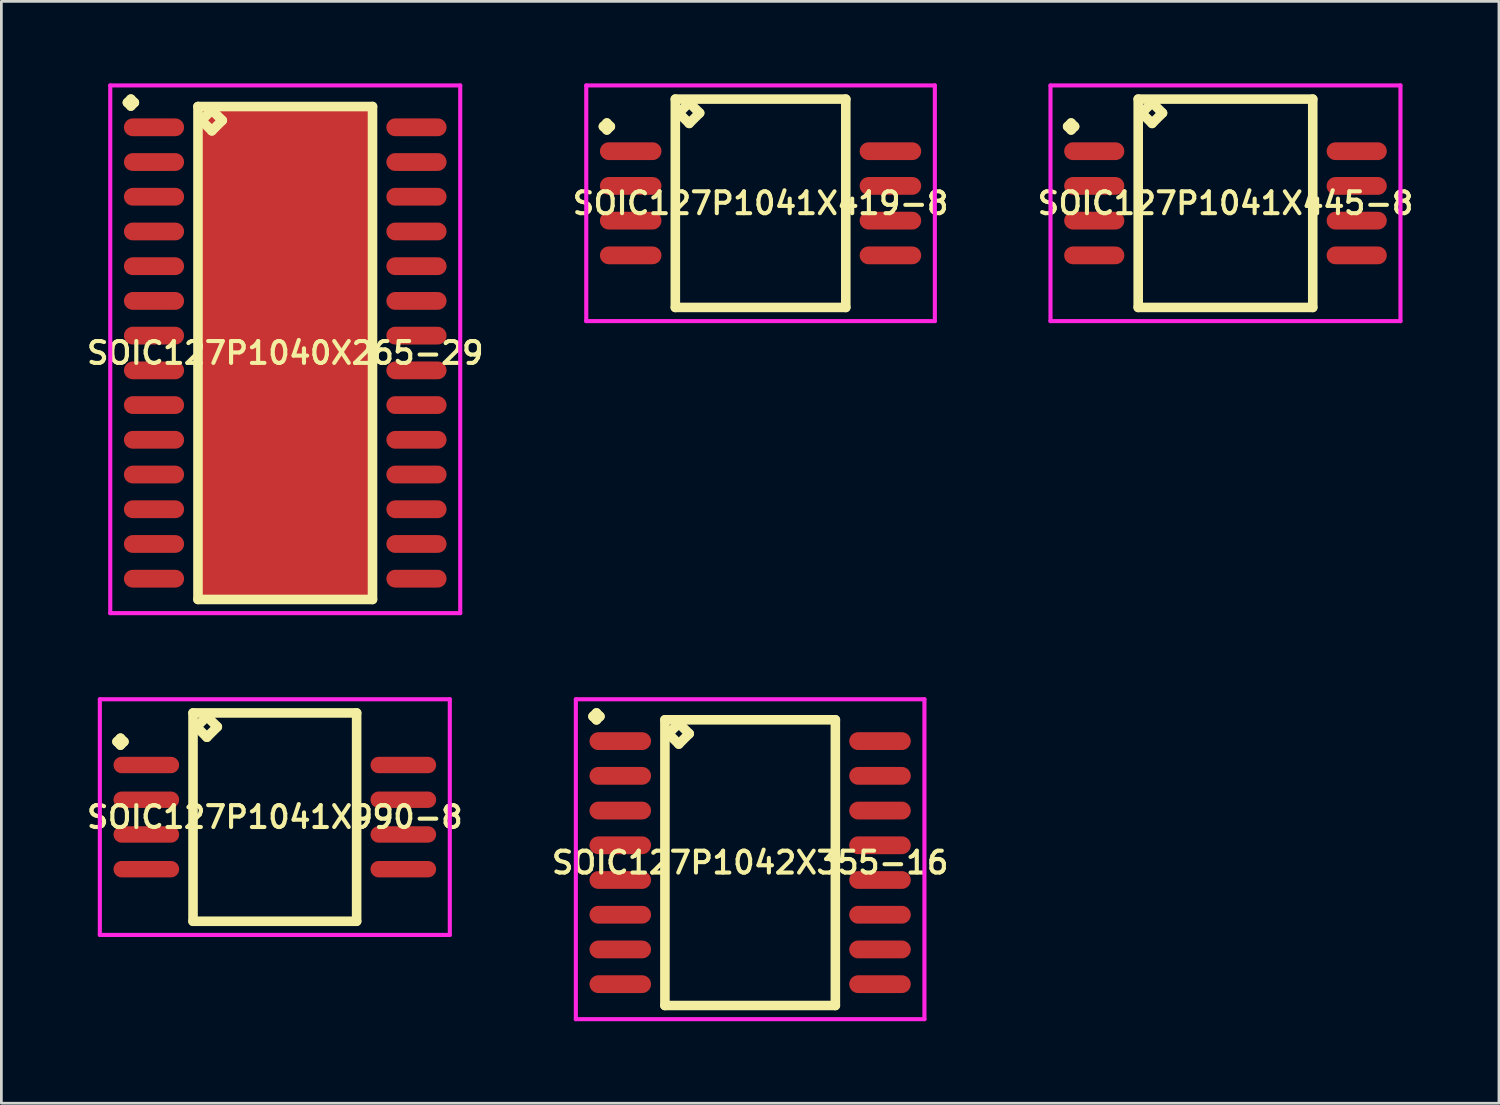
<source format=kicad_pcb>
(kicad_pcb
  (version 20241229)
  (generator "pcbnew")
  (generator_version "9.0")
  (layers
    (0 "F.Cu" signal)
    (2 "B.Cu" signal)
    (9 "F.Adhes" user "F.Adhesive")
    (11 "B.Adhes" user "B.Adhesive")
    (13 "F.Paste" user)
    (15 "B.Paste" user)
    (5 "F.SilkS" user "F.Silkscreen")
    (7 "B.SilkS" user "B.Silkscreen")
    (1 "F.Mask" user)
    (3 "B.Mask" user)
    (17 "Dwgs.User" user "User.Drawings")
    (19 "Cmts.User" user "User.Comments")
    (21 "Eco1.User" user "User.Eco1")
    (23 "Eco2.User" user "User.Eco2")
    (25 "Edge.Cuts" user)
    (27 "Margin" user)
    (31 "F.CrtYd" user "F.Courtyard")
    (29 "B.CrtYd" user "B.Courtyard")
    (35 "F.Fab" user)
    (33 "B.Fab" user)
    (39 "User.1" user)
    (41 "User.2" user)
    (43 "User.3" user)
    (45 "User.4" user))
  (footprint "SOIC127P1040X265-29"
    (layer "F.Cu")
    (at 7.383 9.861)
    (property "Reference" "SOIC127P1040X265-29" (at 0 0 0) (layer "F.SilkS") (effects (font (size 0.8 0.8) (thickness 0.15))))
    (attr through_hole)
    (fp_line (start -5.773 -9.159) (end -5.646 -9.286) (stroke (width 0.35) (type solid)) (layer "F.SilkS"))
    (fp_line (start -5.646 -9.286) (end -5.519 -9.159) (stroke (width 0.35) (type solid)) (layer "F.SilkS"))
    (fp_line (start -5.646 -9.032) (end -5.773 -9.159) (stroke (width 0.35) (type solid)) (layer "F.SilkS"))
    (fp_line (start -5.519 -9.159) (end -5.646 -9.032) (stroke (width 0.35) (type solid)) (layer "F.SilkS"))
    (fp_line (start -3.192 -9.015) (end -3.192 9.015) (stroke (width 0.35) (type solid)) (layer "F.SilkS"))
    (fp_line (start -3.192 9.015) (end 3.192 9.015) (stroke (width 0.35) (type solid)) (layer "F.SilkS"))
    (fp_line (start -3.065 -8.507) (end -2.684 -8.888) (stroke (width 0.35) (type solid)) (layer "F.SilkS"))
    (fp_line (start -2.684 -8.888) (end -2.303 -8.507) (stroke (width 0.35) (type solid)) (layer "F.SilkS"))
    (fp_line (start -2.684 -8.126) (end -3.065 -8.507) (stroke (width 0.35) (type solid)) (layer "F.SilkS"))
    (fp_line (start -2.303 -8.507) (end -2.684 -8.126) (stroke (width 0.35) (type solid)) (layer "F.SilkS"))
    (fp_line (start 3.192 -9.015) (end -3.192 -9.015) (stroke (width 0.35) (type solid)) (layer "F.SilkS"))
    (fp_line (start 3.192 9.015) (end 3.192 -9.015) (stroke (width 0.35) (type solid)) (layer "F.SilkS"))
    (fp_line (start -6.4 -9.786) (end 6.4 -9.786) (stroke (width 0.15) (type solid)) (layer "F.CrtYd"))
    (fp_line (start -6.4 9.515) (end -6.4 -9.786) (stroke (width 0.15) (type solid)) (layer "F.CrtYd"))
    (fp_line (start 6.4 -9.786) (end 6.4 9.515) (stroke (width 0.15) (type solid)) (layer "F.CrtYd"))
    (fp_line (start 6.4 9.515) (end -6.4 9.515) (stroke (width 0.15) (type solid)) (layer "F.CrtYd"))
    (pad "1" smd oval (at -4.8 -8.255) (size 2.2 0.65) (layers "F.Cu" "F.Mask" "F.Paste"))
    (pad "2" smd oval (at -4.8 -6.985) (size 2.2 0.65) (layers "F.Cu" "F.Mask" "F.Paste"))
    (pad "3" smd oval (at -4.8 -5.715) (size 2.2 0.65) (layers "F.Cu" "F.Mask" "F.Paste"))
    (pad "4" smd oval (at -4.8 -4.445) (size 2.2 0.65) (layers "F.Cu" "F.Mask" "F.Paste"))
    (pad "5" smd oval (at -4.8 -3.175) (size 2.2 0.65) (layers "F.Cu" "F.Mask" "F.Paste"))
    (pad "6" smd oval (at -4.8 -1.905) (size 2.2 0.65) (layers "F.Cu" "F.Mask" "F.Paste"))
    (pad "7" smd oval (at -4.8 -0.635) (size 2.2 0.65) (layers "F.Cu" "F.Mask" "F.Paste"))
    (pad "8" smd oval (at -4.8 0.635) (size 2.2 0.65) (layers "F.Cu" "F.Mask" "F.Paste"))
    (pad "9" smd oval (at -4.8 1.905) (size 2.2 0.65) (layers "F.Cu" "F.Mask" "F.Paste"))
    (pad "10" smd oval (at -4.8 3.175) (size 2.2 0.65) (layers "F.Cu" "F.Mask" "F.Paste"))
    (pad "11" smd oval (at -4.8 4.445) (size 2.2 0.65) (layers "F.Cu" "F.Mask" "F.Paste"))
    (pad "12" smd oval (at -4.8 5.715) (size 2.2 0.65) (layers "F.Cu" "F.Mask" "F.Paste"))
    (pad "13" smd oval (at -4.8 6.985) (size 2.2 0.65) (layers "F.Cu" "F.Mask" "F.Paste"))
    (pad "14" smd oval (at -4.8 8.255) (size 2.2 0.65) (layers "F.Cu" "F.Mask" "F.Paste"))
    (pad "15" smd oval (at 4.8 8.255) (size 2.2 0.65) (layers "F.Cu" "F.Mask" "F.Paste"))
    (pad "16" smd oval (at 4.8 6.985) (size 2.2 0.65) (layers "F.Cu" "F.Mask" "F.Paste"))
    (pad "17" smd oval (at 4.8 5.715) (size 2.2 0.65) (layers "F.Cu" "F.Mask" "F.Paste"))
    (pad "18" smd oval (at 4.8 4.445) (size 2.2 0.65) (layers "F.Cu" "F.Mask" "F.Paste"))
    (pad "19" smd oval (at 4.8 3.175) (size 2.2 0.65) (layers "F.Cu" "F.Mask" "F.Paste"))
    (pad "20" smd oval (at 4.8 1.905) (size 2.2 0.65) (layers "F.Cu" "F.Mask" "F.Paste"))
    (pad "21" smd oval (at 4.8 0.635) (size 2.2 0.65) (layers "F.Cu" "F.Mask" "F.Paste"))
    (pad "22" smd oval (at 4.8 -0.635) (size 2.2 0.65) (layers "F.Cu" "F.Mask" "F.Paste"))
    (pad "23" smd oval (at 4.8 -1.905) (size 2.2 0.65) (layers "F.Cu" "F.Mask" "F.Paste"))
    (pad "24" smd oval (at 4.8 -3.175) (size 2.2 0.65) (layers "F.Cu" "F.Mask" "F.Paste"))
    (pad "25" smd oval (at 4.8 -4.445) (size 2.2 0.65) (layers "F.Cu" "F.Mask" "F.Paste"))
    (pad "26" smd oval (at 4.8 -5.715) (size 2.2 0.65) (layers "F.Cu" "F.Mask" "F.Paste"))
    (pad "27" smd oval (at 4.8 -6.985) (size 2.2 0.65) (layers "F.Cu" "F.Mask" "F.Paste"))
    (pad "28" smd oval (at 4.8 -8.255) (size 2.2 0.65) (layers "F.Cu" "F.Mask" "F.Paste"))
    (pad "29" smd rect (at 0 0) (size 6.2 18) (layers "F.Cu" "F.Mask" "F.Paste")))
  (footprint "SOIC127P1041X445-8"
    (layer "F.Cu")
    (at 41.773 4.385)
    (property "Reference" "SOIC127P1041X445-8" (at 0 0 0) (layer "F.SilkS") (effects (font (size 0.8 0.8) (thickness 0.15))))
    (attr smd)
    (fp_line (start -5.773 -2.809) (end -5.646 -2.936) (stroke (width 0.35) (type solid)) (layer "F.SilkS"))
    (fp_line (start -5.646 -2.936) (end -5.519 -2.809) (stroke (width 0.35) (type solid)) (layer "F.SilkS"))
    (fp_line (start -5.646 -2.682) (end -5.773 -2.809) (stroke (width 0.35) (type solid)) (layer "F.SilkS"))
    (fp_line (start -5.519 -2.809) (end -5.646 -2.682) (stroke (width 0.35) (type solid)) (layer "F.SilkS"))
    (fp_line (start -3.192 -3.81) (end -3.192 3.81) (stroke (width 0.35) (type solid)) (layer "F.SilkS"))
    (fp_line (start -3.192 3.81) (end 3.192 3.81) (stroke (width 0.35) (type solid)) (layer "F.SilkS"))
    (fp_line (start -3.065 -3.302) (end -2.684 -3.683) (stroke (width 0.35) (type solid)) (layer "F.SilkS"))
    (fp_line (start -2.684 -3.683) (end -2.303 -3.302) (stroke (width 0.35) (type solid)) (layer "F.SilkS"))
    (fp_line (start -2.684 -2.921) (end -3.065 -3.302) (stroke (width 0.35) (type solid)) (layer "F.SilkS"))
    (fp_line (start -2.303 -3.302) (end -2.684 -2.921) (stroke (width 0.35) (type solid)) (layer "F.SilkS"))
    (fp_line (start 3.192 -3.81) (end -3.192 -3.81) (stroke (width 0.35) (type solid)) (layer "F.SilkS"))
    (fp_line (start 3.192 3.81) (end 3.192 -3.81) (stroke (width 0.35) (type solid)) (layer "F.SilkS"))
    (fp_line (start -6.4 -4.31) (end 6.4 -4.31) (stroke (width 0.15) (type solid)) (layer "F.CrtYd"))
    (fp_line (start -6.4 4.31) (end -6.4 -4.31) (stroke (width 0.15) (type solid)) (layer "F.CrtYd"))
    (fp_line (start 6.4 -4.31) (end 6.4 4.31) (stroke (width 0.15) (type solid)) (layer "F.CrtYd"))
    (fp_line (start 6.4 4.31) (end -6.4 4.31) (stroke (width 0.15) (type solid)) (layer "F.CrtYd"))
    (pad "1" smd oval (at -4.8 -1.905) (size 2.2 0.65) (layers "F.Cu" "F.Mask" "F.Paste"))
    (pad "2" smd oval (at -4.8 -0.635) (size 2.2 0.65) (layers "F.Cu" "F.Mask" "F.Paste"))
    (pad "3" smd oval (at -4.8 0.635) (size 2.2 0.65) (layers "F.Cu" "F.Mask" "F.Paste"))
    (pad "4" smd oval (at -4.8 1.905) (size 2.2 0.65) (layers "F.Cu" "F.Mask" "F.Paste"))
    (pad "5" smd oval (at 4.8 1.905) (size 2.2 0.65) (layers "F.Cu" "F.Mask" "F.Paste"))
    (pad "6" smd oval (at 4.8 0.635) (size 2.2 0.65) (layers "F.Cu" "F.Mask" "F.Paste"))
    (pad "7" smd oval (at 4.8 -0.635) (size 2.2 0.65) (layers "F.Cu" "F.Mask" "F.Paste"))
    (pad "8" smd oval (at 4.8 -1.905) (size 2.2 0.65) (layers "F.Cu" "F.Mask" "F.Paste")))
  (footprint "SOIC127P1042X355-16"
    (layer "F.Cu")
    (at 24.387 28.502)
    (property "Reference" "SOIC127P1042X355-16" (at 0 0 0) (layer "F.SilkS") (effects (font (size 0.8 0.8) (thickness 0.15))))
    (attr smd)
    (fp_line (start -5.748 -5.349) (end -5.621 -5.476) (stroke (width 0.35) (type solid)) (layer "F.SilkS"))
    (fp_line (start -5.621 -5.476) (end -5.494 -5.349) (stroke (width 0.35) (type solid)) (layer "F.SilkS"))
    (fp_line (start -5.621 -5.222) (end -5.748 -5.349) (stroke (width 0.35) (type solid)) (layer "F.SilkS"))
    (fp_line (start -5.494 -5.349) (end -5.621 -5.222) (stroke (width 0.35) (type solid)) (layer "F.SilkS"))
    (fp_line (start -3.117 -5.225) (end -3.117 5.225) (stroke (width 0.35) (type solid)) (layer "F.SilkS"))
    (fp_line (start -3.117 5.225) (end 3.117 5.225) (stroke (width 0.35) (type solid)) (layer "F.SilkS"))
    (fp_line (start -2.99 -4.717) (end -2.609 -5.098) (stroke (width 0.35) (type solid)) (layer "F.SilkS"))
    (fp_line (start -2.609 -5.098) (end -2.228 -4.717) (stroke (width 0.35) (type solid)) (layer "F.SilkS"))
    (fp_line (start -2.609 -4.336) (end -2.99 -4.717) (stroke (width 0.35) (type solid)) (layer "F.SilkS"))
    (fp_line (start -2.228 -4.717) (end -2.609 -4.336) (stroke (width 0.35) (type solid)) (layer "F.SilkS"))
    (fp_line (start 3.117 -5.225) (end -3.117 -5.225) (stroke (width 0.35) (type solid)) (layer "F.SilkS"))
    (fp_line (start 3.117 5.225) (end 3.117 -5.225) (stroke (width 0.35) (type solid)) (layer "F.SilkS"))
    (fp_line (start -6.375 -5.976) (end 6.375 -5.976) (stroke (width 0.15) (type solid)) (layer "F.CrtYd"))
    (fp_line (start -6.375 5.725) (end -6.375 -5.976) (stroke (width 0.15) (type solid)) (layer "F.CrtYd"))
    (fp_line (start 6.375 -5.976) (end 6.375 5.725) (stroke (width 0.15) (type solid)) (layer "F.CrtYd"))
    (fp_line (start 6.375 5.725) (end -6.375 5.725) (stroke (width 0.15) (type solid)) (layer "F.CrtYd"))
    (pad "1" smd oval (at -4.75 -4.445) (size 2.25 0.65) (layers "F.Cu" "F.Mask" "F.Paste"))
    (pad "2" smd oval (at -4.75 -3.175) (size 2.25 0.65) (layers "F.Cu" "F.Mask" "F.Paste"))
    (pad "3" smd oval (at -4.75 -1.905) (size 2.25 0.65) (layers "F.Cu" "F.Mask" "F.Paste"))
    (pad "4" smd oval (at -4.75 -0.635) (size 2.25 0.65) (layers "F.Cu" "F.Mask" "F.Paste"))
    (pad "5" smd oval (at -4.75 0.635) (size 2.25 0.65) (layers "F.Cu" "F.Mask" "F.Paste"))
    (pad "6" smd oval (at -4.75 1.905) (size 2.25 0.65) (layers "F.Cu" "F.Mask" "F.Paste"))
    (pad "7" smd oval (at -4.75 3.175) (size 2.25 0.65) (layers "F.Cu" "F.Mask" "F.Paste"))
    (pad "8" smd oval (at -4.75 4.445) (size 2.25 0.65) (layers "F.Cu" "F.Mask" "F.Paste"))
    (pad "9" smd oval (at 4.75 4.445) (size 2.25 0.65) (layers "F.Cu" "F.Mask" "F.Paste"))
    (pad "10" smd oval (at 4.75 3.175) (size 2.25 0.65) (layers "F.Cu" "F.Mask" "F.Paste"))
    (pad "11" smd oval (at 4.75 1.905) (size 2.25 0.65) (layers "F.Cu" "F.Mask" "F.Paste"))
    (pad "12" smd oval (at 4.75 0.635) (size 2.25 0.65) (layers "F.Cu" "F.Mask" "F.Paste"))
    (pad "13" smd oval (at 4.75 -0.635) (size 2.25 0.65) (layers "F.Cu" "F.Mask" "F.Paste"))
    (pad "14" smd oval (at 4.75 -1.905) (size 2.25 0.65) (layers "F.Cu" "F.Mask" "F.Paste"))
    (pad "15" smd oval (at 4.75 -3.175) (size 2.25 0.65) (layers "F.Cu" "F.Mask" "F.Paste"))
    (pad "16" smd oval (at 4.75 -4.445) (size 2.25 0.65) (layers "F.Cu" "F.Mask" "F.Paste")))
  (footprint "SOIC127P1041X419-8"
    (layer "F.Cu")
    (at 24.768 4.385)
    (property "Reference" "SOIC127P1041X419-8" (at 0 0 0) (layer "F.SilkS") (effects (font (size 0.8 0.8) (thickness 0.15))))
    (attr through_hole)
    (fp_line (start -5.748 -2.809) (end -5.621 -2.936) (stroke (width 0.35) (type solid)) (layer "F.SilkS"))
    (fp_line (start -5.621 -2.936) (end -5.494 -2.809) (stroke (width 0.35) (type solid)) (layer "F.SilkS"))
    (fp_line (start -5.621 -2.682) (end -5.748 -2.809) (stroke (width 0.35) (type solid)) (layer "F.SilkS"))
    (fp_line (start -5.494 -2.809) (end -5.621 -2.682) (stroke (width 0.35) (type solid)) (layer "F.SilkS"))
    (fp_line (start -3.117 -3.81) (end -3.117 3.81) (stroke (width 0.35) (type solid)) (layer "F.SilkS"))
    (fp_line (start -3.117 3.81) (end 3.117 3.81) (stroke (width 0.35) (type solid)) (layer "F.SilkS"))
    (fp_line (start -2.99 -3.302) (end -2.609 -3.683) (stroke (width 0.35) (type solid)) (layer "F.SilkS"))
    (fp_line (start -2.609 -3.683) (end -2.228 -3.302) (stroke (width 0.35) (type solid)) (layer "F.SilkS"))
    (fp_line (start -2.609 -2.921) (end -2.99 -3.302) (stroke (width 0.35) (type solid)) (layer "F.SilkS"))
    (fp_line (start -2.228 -3.302) (end -2.609 -2.921) (stroke (width 0.35) (type solid)) (layer "F.SilkS"))
    (fp_line (start 3.117 -3.81) (end -3.117 -3.81) (stroke (width 0.35) (type solid)) (layer "F.SilkS"))
    (fp_line (start 3.117 3.81) (end 3.117 -3.81) (stroke (width 0.35) (type solid)) (layer "F.SilkS"))
    (fp_line (start -6.375 -4.31) (end 6.375 -4.31) (stroke (width 0.15) (type solid)) (layer "F.CrtYd"))
    (fp_line (start -6.375 4.31) (end -6.375 -4.31) (stroke (width 0.15) (type solid)) (layer "F.CrtYd"))
    (fp_line (start 6.375 -4.31) (end 6.375 4.31) (stroke (width 0.15) (type solid)) (layer "F.CrtYd"))
    (fp_line (start 6.375 4.31) (end -6.375 4.31) (stroke (width 0.15) (type solid)) (layer "F.CrtYd"))
    (pad "1" smd oval (at -4.75 -1.905) (size 2.25 0.65) (layers "F.Cu" "F.Mask" "F.Paste"))
    (pad "2" smd oval (at -4.75 -0.635) (size 2.25 0.65) (layers "F.Cu" "F.Mask" "F.Paste"))
    (pad "3" smd oval (at -4.75 0.635) (size 2.25 0.65) (layers "F.Cu" "F.Mask" "F.Paste"))
    (pad "4" smd oval (at -4.75 1.905) (size 2.25 0.65) (layers "F.Cu" "F.Mask" "F.Paste"))
    (pad "5" smd oval (at 4.75 1.905) (size 2.25 0.65) (layers "F.Cu" "F.Mask" "F.Paste"))
    (pad "6" smd oval (at 4.75 0.635) (size 2.25 0.65) (layers "F.Cu" "F.Mask" "F.Paste"))
    (pad "7" smd oval (at 4.75 -0.635) (size 2.25 0.65) (layers "F.Cu" "F.Mask" "F.Paste"))
    (pad "8" smd oval (at 4.75 -1.905) (size 2.25 0.65) (layers "F.Cu" "F.Mask" "F.Paste")))
  (footprint "SOIC127P1041X990-8"
    (layer "F.Cu")
    (at 7.002 26.836)
    (property "Reference" "SOIC127P1041X990-8" (at 0 0 0) (layer "F.SilkS") (effects (font (size 0.8 0.8) (thickness 0.15))))
    (attr through_hole)
    (fp_line (start -5.773 -2.759) (end -5.646 -2.886) (stroke (width 0.35) (type solid)) (layer "F.SilkS"))
    (fp_line (start -5.646 -2.886) (end -5.519 -2.759) (stroke (width 0.35) (type solid)) (layer "F.SilkS"))
    (fp_line (start -5.646 -2.632) (end -5.773 -2.759) (stroke (width 0.35) (type solid)) (layer "F.SilkS"))
    (fp_line (start -5.519 -2.759) (end -5.646 -2.632) (stroke (width 0.35) (type solid)) (layer "F.SilkS"))
    (fp_line (start -2.992 -3.81) (end -2.992 3.81) (stroke (width 0.35) (type solid)) (layer "F.SilkS"))
    (fp_line (start -2.992 3.81) (end 2.992 3.81) (stroke (width 0.35) (type solid)) (layer "F.SilkS"))
    (fp_line (start -2.865 -3.302) (end -2.484 -3.683) (stroke (width 0.35) (type solid)) (layer "F.SilkS"))
    (fp_line (start -2.484 -3.683) (end -2.103 -3.302) (stroke (width 0.35) (type solid)) (layer "F.SilkS"))
    (fp_line (start -2.484 -2.921) (end -2.865 -3.302) (stroke (width 0.35) (type solid)) (layer "F.SilkS"))
    (fp_line (start -2.103 -3.302) (end -2.484 -2.921) (stroke (width 0.35) (type solid)) (layer "F.SilkS"))
    (fp_line (start 2.992 -3.81) (end -2.992 -3.81) (stroke (width 0.35) (type solid)) (layer "F.SilkS"))
    (fp_line (start 2.992 3.81) (end 2.992 -3.81) (stroke (width 0.35) (type solid)) (layer "F.SilkS"))
    (fp_line (start -6.4 -4.31) (end 6.4 -4.31) (stroke (width 0.15) (type solid)) (layer "F.CrtYd"))
    (fp_line (start -6.4 4.31) (end -6.4 -4.31) (stroke (width 0.15) (type solid)) (layer "F.CrtYd"))
    (fp_line (start 6.4 -4.31) (end 6.4 4.31) (stroke (width 0.15) (type solid)) (layer "F.CrtYd"))
    (fp_line (start 6.4 4.31) (end -6.4 4.31) (stroke (width 0.15) (type solid)) (layer "F.CrtYd"))
    (pad "1" smd oval (at -4.7 -1.905) (size 2.4 0.6) (layers "F.Cu" "F.Mask" "F.Paste"))
    (pad "2" smd oval (at -4.7 -0.635) (size 2.4 0.6) (layers "F.Cu" "F.Mask" "F.Paste"))
    (pad "3" smd oval (at -4.7 0.635) (size 2.4 0.6) (layers "F.Cu" "F.Mask" "F.Paste"))
    (pad "4" smd oval (at -4.7 1.905) (size 2.4 0.6) (layers "F.Cu" "F.Mask" "F.Paste"))
    (pad "5" smd oval (at 4.7 1.905) (size 2.4 0.6) (layers "F.Cu" "F.Mask" "F.Paste"))
    (pad "6" smd oval (at 4.7 0.635) (size 2.4 0.6) (layers "F.Cu" "F.Mask" "F.Paste"))
    (pad "7" smd oval (at 4.7 -0.635) (size 2.4 0.6) (layers "F.Cu" "F.Mask" "F.Paste"))
    (pad "8" smd oval (at 4.7 -1.905) (size 2.4 0.6) (layers "F.Cu" "F.Mask" "F.Paste")))
  (gr_rect
    (start -3 -3)
    (end 51.775 37.302)
    (stroke (width 0.1) (type default))
    (fill no)
    (layer "Edge.Cuts")))
</source>
